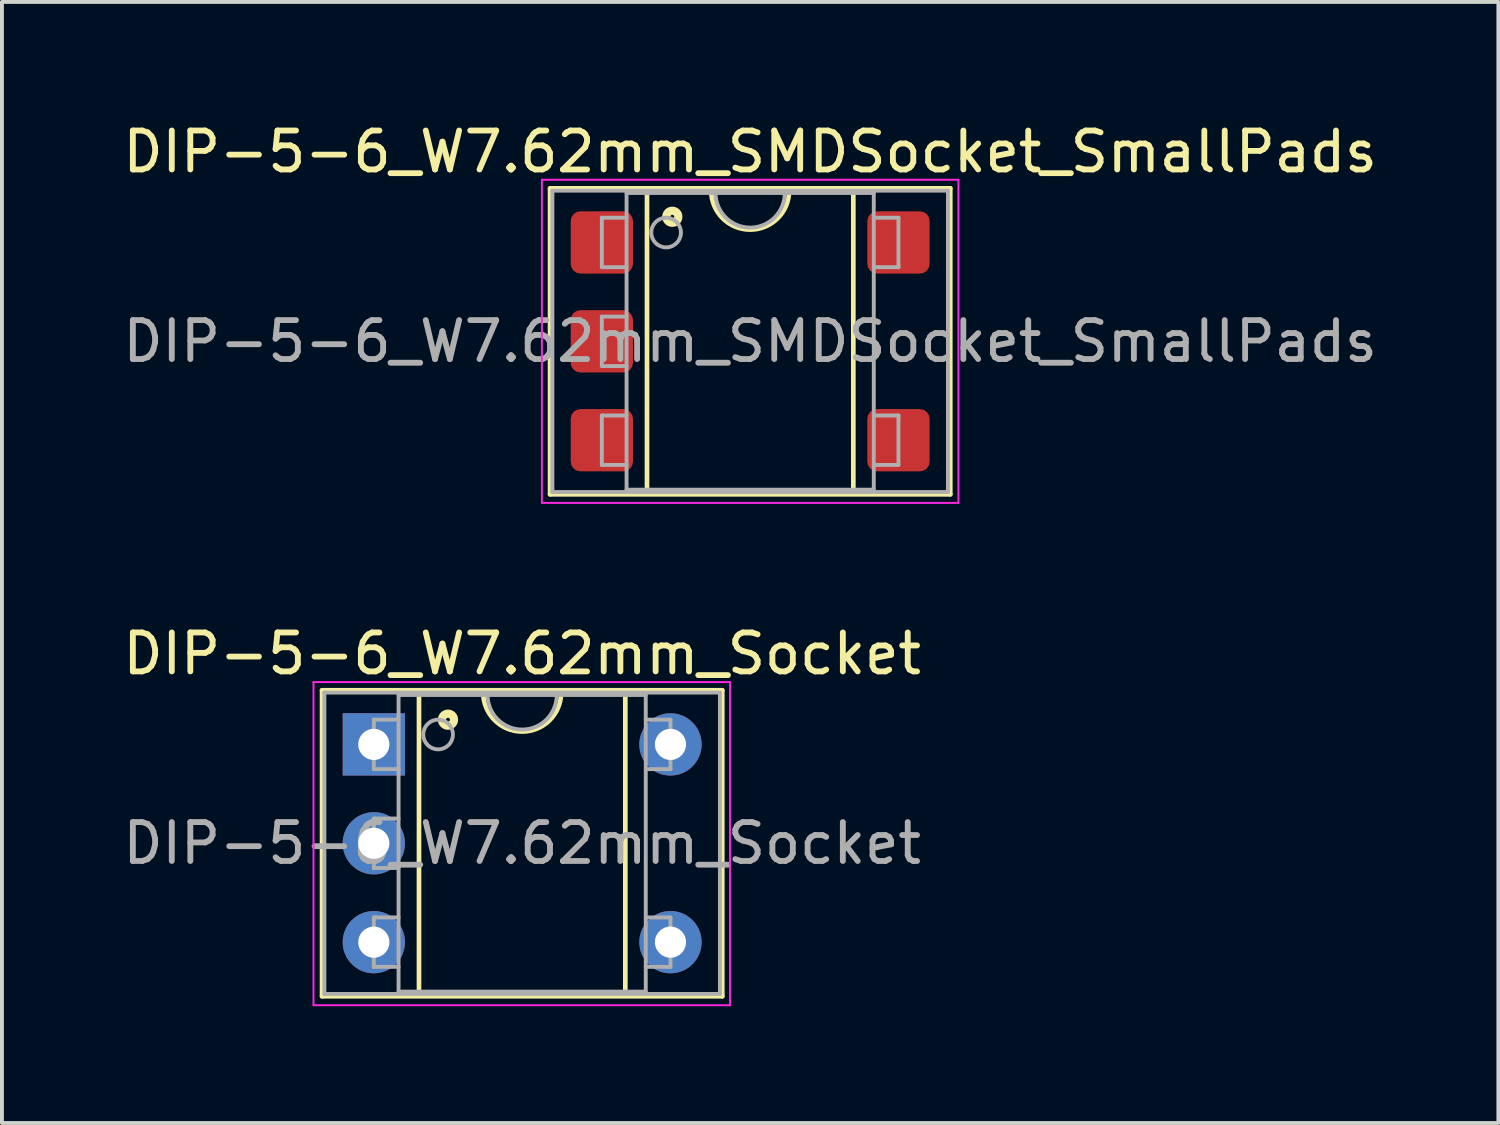
<source format=kicad_pcb>
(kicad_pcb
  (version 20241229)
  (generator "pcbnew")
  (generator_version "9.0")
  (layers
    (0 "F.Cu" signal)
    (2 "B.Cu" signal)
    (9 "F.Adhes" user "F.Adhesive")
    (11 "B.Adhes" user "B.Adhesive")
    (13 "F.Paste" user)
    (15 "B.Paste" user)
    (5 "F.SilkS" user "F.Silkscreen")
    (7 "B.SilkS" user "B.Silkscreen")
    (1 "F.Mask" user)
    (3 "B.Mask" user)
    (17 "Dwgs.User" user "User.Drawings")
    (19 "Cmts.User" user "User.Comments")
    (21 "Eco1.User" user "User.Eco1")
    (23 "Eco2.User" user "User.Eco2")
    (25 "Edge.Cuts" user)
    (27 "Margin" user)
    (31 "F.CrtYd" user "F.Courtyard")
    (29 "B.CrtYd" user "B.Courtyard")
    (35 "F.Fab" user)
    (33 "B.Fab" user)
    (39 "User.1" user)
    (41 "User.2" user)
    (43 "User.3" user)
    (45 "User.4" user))
  (footprint "DIP-5-6_W7.62mm_Socket"
    (layer "F.Cu")
    (at 6.553 16.072)
    (property "Reference" "DIP-5-6_W7.62mm_Socket" (at 3.81 -2.33 0) (layer "F.SilkS") (effects (font (size 1 1) (thickness 0.15))))
    (attr through_hole)
    (fp_line (start -1.33 -1.39) (end -1.33 6.47) (stroke (width 0.12) (type solid)) (layer "F.SilkS"))
    (fp_line (start -1.33 6.47) (end 8.95 6.47) (stroke (width 0.12) (type solid)) (layer "F.SilkS"))
    (fp_line (start 1.16 -1.33) (end 1.16 6.41) (stroke (width 0.12) (type solid)) (layer "F.SilkS"))
    (fp_line (start 1.16 6.41) (end 6.46 6.41) (stroke (width 0.12) (type solid)) (layer "F.SilkS"))
    (fp_line (start 2.81 -1.33) (end 1.16 -1.33) (stroke (width 0.12) (type solid)) (layer "F.SilkS"))
    (fp_line (start 6.46 -1.33) (end 4.81 -1.33) (stroke (width 0.12) (type solid)) (layer "F.SilkS"))
    (fp_line (start 6.46 6.41) (end 6.46 -1.33) (stroke (width 0.12) (type solid)) (layer "F.SilkS"))
    (fp_line (start 8.95 -1.39) (end -1.33 -1.39) (stroke (width 0.12) (type solid)) (layer "F.SilkS"))
    (fp_line (start 8.95 6.47) (end 8.95 -1.39) (stroke (width 0.12) (type solid)) (layer "F.SilkS"))
    (fp_arc (start 4.81 -1.33) (mid 3.81 -0.33) (end 2.81 -1.33) (stroke (width 0.12) (type solid)) (layer "F.SilkS"))
    (fp_circle (center 1.905 -0.635) (end 1.955 -0.635) (stroke (width 0.12) (type solid)) (fill no) (layer "F.SilkS"))
    (fp_circle (center 1.905 -0.635) (end 2.03 -0.635) (stroke (width 0.12) (type solid)) (fill no) (layer "F.SilkS"))
    (fp_circle (center 1.905 -0.635) (end 2.105 -0.635) (stroke (width 0.12) (type solid)) (fill no) (layer "F.SilkS"))
    (fp_line (start -1.55 -1.6) (end -1.55 6.7) (stroke (width 0.05) (type solid)) (layer "F.CrtYd"))
    (fp_line (start -1.55 6.7) (end 9.15 6.7) (stroke (width 0.05) (type solid)) (layer "F.CrtYd"))
    (fp_line (start 9.15 -1.6) (end -1.55 -1.6) (stroke (width 0.05) (type solid)) (layer "F.CrtYd"))
    (fp_line (start 9.15 6.7) (end 9.15 -1.6) (stroke (width 0.05) (type solid)) (layer "F.CrtYd"))
    (fp_line (start -1.27 -1.33) (end -1.27 6.41) (stroke (width 0.1) (type solid)) (layer "F.Fab"))
    (fp_line (start -1.27 6.41) (end 8.89 6.41) (stroke (width 0.1) (type solid)) (layer "F.Fab"))
    (fp_line (start 0 -0.635) (end 0 0.635) (stroke (width 0.1) (type solid)) (layer "F.Fab"))
    (fp_line (start 0 -0.635) (end 0.635 -0.635) (stroke (width 0.1) (type solid)) (layer "F.Fab"))
    (fp_line (start 0 0.635) (end 0.635 0.635) (stroke (width 0.1) (type solid)) (layer "F.Fab"))
    (fp_line (start 0 1.905) (end 0 3.175) (stroke (width 0.1) (type solid)) (layer "F.Fab"))
    (fp_line (start 0 1.905) (end 0.635 1.905) (stroke (width 0.1) (type solid)) (layer "F.Fab"))
    (fp_line (start 0 3.175) (end 0.635 3.175) (stroke (width 0.1) (type solid)) (layer "F.Fab"))
    (fp_line (start 0 4.445) (end 0 5.715) (stroke (width 0.1) (type solid)) (layer "F.Fab"))
    (fp_line (start 0 4.445) (end 0.635 4.445) (stroke (width 0.1) (type solid)) (layer "F.Fab"))
    (fp_line (start 0 5.715) (end 0.635 5.715) (stroke (width 0.1) (type solid)) (layer "F.Fab"))
    (fp_line (start 0.635 -1.27) (end 6.985 -1.27) (stroke (width 0.1) (type solid)) (layer "F.Fab"))
    (fp_line (start 0.635 6.35) (end 0.635 -1.27) (stroke (width 0.1) (type solid)) (layer "F.Fab"))
    (fp_line (start 6.985 -1.27) (end 6.985 6.35) (stroke (width 0.1) (type solid)) (layer "F.Fab"))
    (fp_line (start 6.985 6.35) (end 0.635 6.35) (stroke (width 0.1) (type solid)) (layer "F.Fab"))
    (fp_line (start 7.62 -0.635) (end 6.985 -0.635) (stroke (width 0.1) (type solid)) (layer "F.Fab"))
    (fp_line (start 7.62 0.635) (end 6.985 0.635) (stroke (width 0.1) (type solid)) (layer "F.Fab"))
    (fp_line (start 7.62 0.635) (end 7.62 -0.635) (stroke (width 0.1) (type solid)) (layer "F.Fab"))
    (fp_line (start 7.62 4.445) (end 6.985 4.445) (stroke (width 0.1) (type solid)) (layer "F.Fab"))
    (fp_line (start 7.62 5.715) (end 6.985 5.715) (stroke (width 0.1) (type solid)) (layer "F.Fab"))
    (fp_line (start 7.62 5.715) (end 7.62 4.445) (stroke (width 0.1) (type solid)) (layer "F.Fab"))
    (fp_line (start 8.89 -1.33) (end -1.27 -1.33) (stroke (width 0.1) (type solid)) (layer "F.Fab"))
    (fp_line (start 8.89 6.41) (end 8.89 -1.33) (stroke (width 0.1) (type solid)) (layer "F.Fab"))
    (fp_arc (start 4.699 -1.27) (mid 3.81 -0.381) (end 2.921 -1.27) (stroke (width 0.1) (type solid)) (layer "F.Fab"))
    (fp_circle (center 1.651 -0.254) (end 2.032 -0.254) (stroke (width 0.1) (type solid)) (fill no) (layer "F.Fab"))
    (fp_text user "${REFERENCE}" (at 3.81 2.54 0) (layer "F.Fab") (effects (font (size 1 1) (thickness 0.15))))
    (pad "1" thru_hole rect (at 0 0) (size 1.6 1.6) (drill 0.8) (layers "*.Cu" "*.Mask"))
    (pad "2" thru_hole oval (at 0 2.54) (size 1.6 1.6) (drill 0.8) (layers "*.Cu" "*.Mask"))
    (pad "3" thru_hole oval (at 0 5.08) (size 1.6 1.6) (drill 0.8) (layers "*.Cu" "*.Mask"))
    (pad "4" thru_hole oval (at 7.62 5.08) (size 1.6 1.6) (drill 0.8) (layers "*.Cu" "*.Mask"))
    (pad "6" thru_hole oval (at 7.62 0) (size 1.6 1.6) (drill 0.8) (layers "*.Cu" "*.Mask")))
  (footprint "DIP-5-6_W7.62mm_SMDSocket_SmallPads"
    (layer "F.Cu")
    (at 16.22 5.718)
    (property "Reference" "DIP-5-6_W7.62mm_SMDSocket_SmallPads" (at 0 -4.87 0) (layer "F.SilkS") (effects (font (size 1 1) (thickness 0.15))))
    (attr smd)
    (fp_line (start -5.14 -3.93) (end -5.14 3.93) (stroke (width 0.12) (type solid)) (layer "F.SilkS"))
    (fp_line (start -5.14 3.93) (end 5.14 3.93) (stroke (width 0.12) (type solid)) (layer "F.SilkS"))
    (fp_line (start -2.65 -3.87) (end -2.65 3.87) (stroke (width 0.12) (type solid)) (layer "F.SilkS"))
    (fp_line (start -2.65 3.87) (end 2.65 3.87) (stroke (width 0.12) (type solid)) (layer "F.SilkS"))
    (fp_line (start -1 -3.87) (end -2.65 -3.87) (stroke (width 0.12) (type solid)) (layer "F.SilkS"))
    (fp_line (start 2.65 -3.87) (end 1 -3.87) (stroke (width 0.12) (type solid)) (layer "F.SilkS"))
    (fp_line (start 2.65 3.87) (end 2.65 -3.87) (stroke (width 0.12) (type solid)) (layer "F.SilkS"))
    (fp_line (start 5.14 -3.93) (end -5.14 -3.93) (stroke (width 0.12) (type solid)) (layer "F.SilkS"))
    (fp_line (start 5.14 3.93) (end 5.14 -3.93) (stroke (width 0.12) (type solid)) (layer "F.SilkS"))
    (fp_arc (start 1 -3.87) (mid 0 -2.87) (end -1 -3.87) (stroke (width 0.12) (type solid)) (layer "F.SilkS"))
    (fp_circle (center -2 -3.2) (end -1.95 -3.2) (stroke (width 0.12) (type solid)) (fill no) (layer "F.SilkS"))
    (fp_circle (center -2 -3.2) (end -1.875 -3.2) (stroke (width 0.12) (type solid)) (fill no) (layer "F.SilkS"))
    (fp_circle (center -2 -3.2) (end -1.8 -3.2) (stroke (width 0.12) (type solid)) (fill no) (layer "F.SilkS"))
    (fp_line (start -5.35 -4.15) (end -5.35 4.15) (stroke (width 0.05) (type solid)) (layer "F.CrtYd"))
    (fp_line (start -5.35 4.15) (end 5.35 4.15) (stroke (width 0.05) (type solid)) (layer "F.CrtYd"))
    (fp_line (start 5.35 -4.15) (end -5.35 -4.15) (stroke (width 0.05) (type solid)) (layer "F.CrtYd"))
    (fp_line (start 5.35 4.15) (end 5.35 -4.15) (stroke (width 0.05) (type solid)) (layer "F.CrtYd"))
    (fp_line (start -5.08 -3.87) (end -5.08 3.87) (stroke (width 0.1) (type solid)) (layer "F.Fab"))
    (fp_line (start -5.08 3.87) (end 5.08 3.87) (stroke (width 0.1) (type solid)) (layer "F.Fab"))
    (fp_line (start -3.81 -3.175) (end -3.81 -1.905) (stroke (width 0.1) (type solid)) (layer "F.Fab"))
    (fp_line (start -3.81 -3.175) (end -3.175 -3.175) (stroke (width 0.1) (type solid)) (layer "F.Fab"))
    (fp_line (start -3.81 -1.905) (end -3.175 -1.905) (stroke (width 0.1) (type solid)) (layer "F.Fab"))
    (fp_line (start -3.81 -0.635) (end -3.81 0.635) (stroke (width 0.1) (type solid)) (layer "F.Fab"))
    (fp_line (start -3.81 -0.635) (end -3.175 -0.635) (stroke (width 0.1) (type solid)) (layer "F.Fab"))
    (fp_line (start -3.81 0.635) (end -3.175 0.635) (stroke (width 0.1) (type solid)) (layer "F.Fab"))
    (fp_line (start -3.81 1.905) (end -3.81 3.175) (stroke (width 0.1) (type solid)) (layer "F.Fab"))
    (fp_line (start -3.81 1.905) (end -3.175 1.905) (stroke (width 0.1) (type solid)) (layer "F.Fab"))
    (fp_line (start -3.81 3.175) (end -3.175 3.175) (stroke (width 0.1) (type solid)) (layer "F.Fab"))
    (fp_line (start -3.175 -3.81) (end 3.175 -3.81) (stroke (width 0.1) (type solid)) (layer "F.Fab"))
    (fp_line (start -3.175 3.81) (end -3.175 -3.81) (stroke (width 0.1) (type solid)) (layer "F.Fab"))
    (fp_line (start 3.175 -3.81) (end 3.175 3.81) (stroke (width 0.1) (type solid)) (layer "F.Fab"))
    (fp_line (start 3.175 3.81) (end -3.175 3.81) (stroke (width 0.1) (type solid)) (layer "F.Fab"))
    (fp_line (start 3.81 -3.175) (end 3.175 -3.175) (stroke (width 0.1) (type solid)) (layer "F.Fab"))
    (fp_line (start 3.81 -1.905) (end 3.175 -1.905) (stroke (width 0.1) (type solid)) (layer "F.Fab"))
    (fp_line (start 3.81 -1.905) (end 3.81 -3.175) (stroke (width 0.1) (type solid)) (layer "F.Fab"))
    (fp_line (start 3.81 1.905) (end 3.175 1.905) (stroke (width 0.1) (type solid)) (layer "F.Fab"))
    (fp_line (start 3.81 3.175) (end 3.175 3.175) (stroke (width 0.1) (type solid)) (layer "F.Fab"))
    (fp_line (start 3.81 3.175) (end 3.81 1.905) (stroke (width 0.1) (type solid)) (layer "F.Fab"))
    (fp_line (start 5.08 -3.87) (end -5.08 -3.87) (stroke (width 0.1) (type solid)) (layer "F.Fab"))
    (fp_line (start 5.08 3.87) (end 5.08 -3.87) (stroke (width 0.1) (type solid)) (layer "F.Fab"))
    (fp_arc (start 0.889 -3.81) (mid 0 -2.921) (end -0.889 -3.81) (stroke (width 0.1) (type solid)) (layer "F.Fab"))
    (fp_circle (center -2.159 -2.794) (end -1.778 -2.794) (stroke (width 0.1) (type solid)) (fill no) (layer "F.Fab"))
    (fp_text user "${REFERENCE}" (at 0 0 0) (layer "F.Fab") (effects (font (size 1 1) (thickness 0.15))))
    (pad "1" smd roundrect (at -3.81 -2.54) (size 1.6 1.6) (layers "F.Cu" "F.Mask" "F.Paste") (roundrect_rratio 0.156))
    (pad "2" smd roundrect (at -3.81 0) (size 1.6 1.6) (layers "F.Cu" "F.Mask" "F.Paste") (roundrect_rratio 0.156))
    (pad "3" smd roundrect (at -3.81 2.54) (size 1.6 1.6) (layers "F.Cu" "F.Mask" "F.Paste") (roundrect_rratio 0.156))
    (pad "4" smd roundrect (at 3.81 2.54) (size 1.6 1.6) (layers "F.Cu" "F.Mask" "F.Paste") (roundrect_rratio 0.156))
    (pad "6" smd roundrect (at 3.81 -2.54) (size 1.6 1.6) (layers "F.Cu" "F.Mask" "F.Paste") (roundrect_rratio 0.156)))
  (gr_rect
    (start -3 -3)
    (end 35.44 25.797)
    (stroke (width 0.1) (type default))
    (fill no)
    (layer "Edge.Cuts")))
</source>
